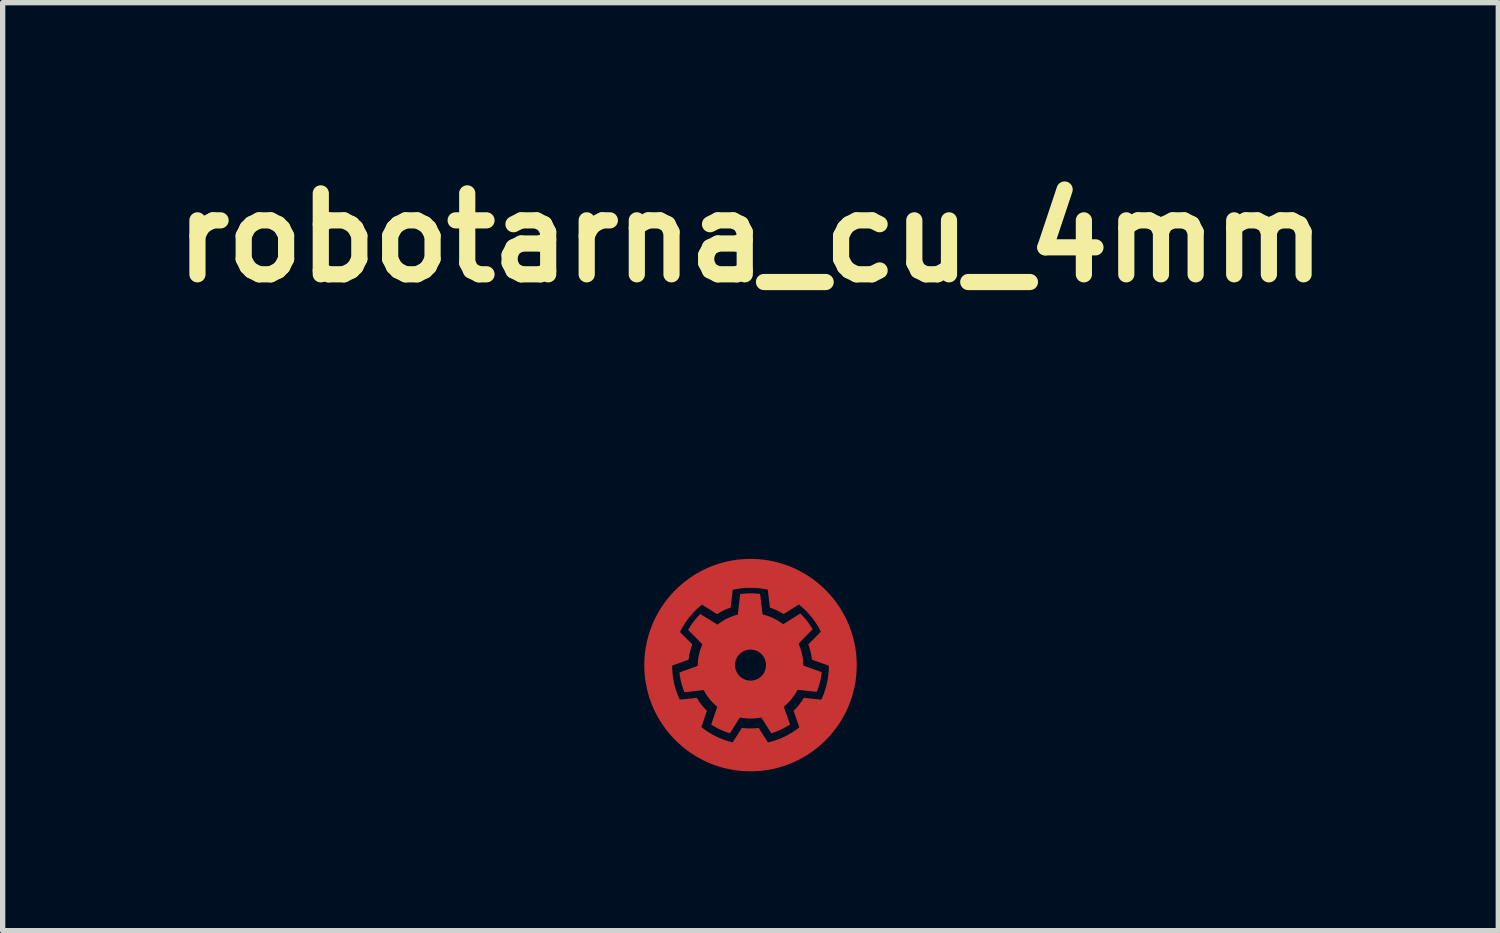
<source format=kicad_pcb>
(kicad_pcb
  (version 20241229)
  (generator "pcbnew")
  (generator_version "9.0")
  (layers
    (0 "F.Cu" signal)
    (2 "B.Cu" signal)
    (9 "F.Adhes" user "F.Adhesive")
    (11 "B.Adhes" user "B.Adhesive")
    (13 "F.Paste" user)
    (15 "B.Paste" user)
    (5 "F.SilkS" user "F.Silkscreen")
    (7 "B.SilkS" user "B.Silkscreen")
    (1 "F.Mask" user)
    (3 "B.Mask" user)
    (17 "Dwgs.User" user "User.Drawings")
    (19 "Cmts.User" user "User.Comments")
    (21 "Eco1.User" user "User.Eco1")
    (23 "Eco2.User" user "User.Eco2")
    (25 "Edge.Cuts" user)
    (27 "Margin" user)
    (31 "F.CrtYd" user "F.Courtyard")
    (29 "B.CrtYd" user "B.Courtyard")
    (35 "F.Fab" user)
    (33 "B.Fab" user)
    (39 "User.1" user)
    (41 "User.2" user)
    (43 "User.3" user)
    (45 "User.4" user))
  (footprint "robotarna_cu_4mm"
    (layer "F.Cu")
    (at 11.082 9.474)
    (property "Reference" "robotarna_cu_4mm" (at 0 -8.048 0) (layer "F.SilkS") (effects (font (size 1.524 1.524) (thickness 0.305))))
    (attr smd)
    (fp_poly (pts (xy -0.000003 0.292) (xy -1.322 0.245) (xy -1.318 0.267) (xy -1.314 0.288) (xy -1.309 0.309) (xy -1.304 0.329) (xy -1.298 0.35) (xy -1.293 0.371) (xy -1.286 0.391) (xy -1.28 0.411) (xy -1.273 0.432) (xy -1.266 0.452) (xy -1.259 0.471) (xy -1.251 0.491) (xy -1.243 0.511) (xy -0.882 0.47) (xy -0.872 0.489) (xy -0.861 0.508) (xy -0.85 0.527) (xy -0.839 0.545) (xy -0.827 0.563) (xy -0.815 0.581) (xy -0.802 0.598) (xy -0.79 0.615) (xy -0.776 0.632) (xy -0.763 0.649) (xy -0.749 0.665) (xy -0.735 0.681) (xy -0.72 0.697) (xy -0.705 0.712) (xy -0.69 0.727) (xy -0.675 0.742) (xy -0.659 0.756) (xy -0.643 0.77) (xy -0.626 0.784) (xy -0.74 1.119) (xy -0.722 1.131) (xy -0.704 1.142) (xy -0.685 1.153) (xy -0.667 1.164) (xy -0.648 1.175) (xy -0.629 1.185) (xy -0.61 1.195) (xy -0.59 1.204) (xy -0.571 1.214) (xy -0.551 1.223) (xy -0.531 1.232) (xy -0.511 1.24) (xy -0.491 1.248) (xy -0.471 1.256) (xy -0.45 1.263) (xy -0.43 1.271) (xy -0.409 1.277) (xy -0.388 1.284) (xy -0.2 0.986) (xy -0.179 0.99) (xy -0.157 0.994) (xy -0.135 0.997) (xy -0.113 1) (xy -0.091 1.002) (xy -0.069 1.004) (xy -0.046 1.006) (xy -0.023 1.006) (xy -0.001 1.007) (xy 0.02 1.006) (xy 0.041 1.006) (xy 0.061 1.005) (xy 0.082 1.003) (xy 0.102 1.001) (xy 0.123 0.999) (xy 0.143 0.996) (xy 0.163 0.993) (xy 0.183 0.99) (xy 0.202 0.986) (xy 0.392 1.283) (xy 0.413 1.276) (xy 0.434 1.27) (xy 0.455 1.262) (xy 0.475 1.255) (xy 0.495 1.247) (xy 0.516 1.239) (xy 0.536 1.23) (xy 0.555 1.222) (xy 0.575 1.212) (xy 0.595 1.203) (xy 0.614 1.193) (xy 0.633 1.183) (xy 0.652 1.173) (xy 0.671 1.162) (xy 0.689 1.152) (xy 0.708 1.14) (xy 0.726 1.129) (xy 0.744 1.117) (xy 0.628 0.784) (xy 0.644 0.77) (xy 0.661 0.756) (xy 0.677 0.741) (xy 0.692 0.726) (xy 0.708 0.711) (xy 0.723 0.695) (xy 0.738 0.679) (xy 0.752 0.663) (xy 0.766 0.646) (xy 0.78 0.63) (xy 0.793 0.612) (xy 0.806 0.595) (xy 0.819 0.577) (xy 0.831 0.559) (xy 0.843 0.541) (xy 0.854 0.522) (xy 0.865 0.503) (xy 0.876 0.484) (xy 0.886 0.465) (xy 1.248 0.503) (xy 1.255 0.483) (xy 1.263 0.463) (xy 1.27 0.444) (xy 1.277 0.424) (xy 1.284 0.404) (xy 1.29 0.383) (xy 1.296 0.363) (xy 1.302 0.342) (xy 1.307 0.322) (xy 1.312 0.301) (xy 1.317 0.28) (xy 1.321 0.259) (xy 1.325 0.238) (xy 1.329 0.217) (xy 1.332 0.195) (xy 1.335 0.174) (xy 1.338 0.152) (xy 1.34 0.131) (xy 0.994 0.009) (xy 0.994 -0.014) (xy 0.993 -0.037) (xy 0.991 -0.06) (xy 0.99 -0.083) (xy 0.987 -0.105) (xy 0.984 -0.128) (xy 0.981 -0.15) (xy 0.977 -0.172) (xy 0.972 -0.194) (xy 0.968 -0.216) (xy 0.962 -0.238) (xy 0.956 -0.259) (xy 0.95 -0.28) (xy 0.943 -0.301) (xy 0.936 -0.322) (xy 0.929 -0.343) (xy 0.92 -0.363) (xy 0.912 -0.383) (xy 0.903 -0.403) (xy 1.169 -0.674) (xy 1.158 -0.693) (xy 1.147 -0.713) (xy 1.135 -0.731) (xy 1.122 -0.75) (xy 1.11 -0.769) (xy 1.097 -0.787) (xy 1.084 -0.805) (xy 1.071 -0.823) (xy 1.057 -0.84) (xy 1.043 -0.857) (xy 1.029 -0.875) (xy 1.014 -0.891) (xy 1 -0.908) (xy 0.985 -0.924) (xy 0.969 -0.94) (xy 0.954 -0.956) (xy 0.938 -0.972) (xy 0.614 -0.769) (xy 0.597 -0.782) (xy 0.58 -0.795) (xy 0.562 -0.807) (xy 0.544 -0.819) (xy 0.526 -0.83) (xy 0.508 -0.842) (xy 0.489 -0.852) (xy 0.47 -0.863) (xy 0.451 -0.873) (xy 0.432 -0.882) (xy 0.412 -0.892) (xy 0.393 -0.9) (xy 0.373 -0.909) (xy 0.352 -0.917) (xy 0.332 -0.924) (xy 0.311 -0.931) (xy 0.29 -0.938) (xy 0.269 -0.944) (xy 0.248 -0.95) (xy 0.227 -0.955) (xy 0.18 -1.34) (xy 0.158 -1.343) (xy 0.136 -1.345) (xy 0.114 -1.347) (xy 0.092 -1.349) (xy 0.07 -1.35) (xy 0.047 -1.351) (xy 0.025 -1.352) (xy 0.002 -1.352) (xy -0.02 -1.352) (xy -0.042 -1.351) (xy -0.064 -1.35) (xy -0.086 -1.349) (xy -0.108 -1.347) (xy -0.13 -1.346) (xy -0.152 -1.343) (xy -0.173 -1.341) (xy -0.195 -1.338) (xy -0.239 -0.952) (xy -0.26 -0.946) (xy -0.281 -0.94) (xy -0.302 -0.934) (xy -0.322 -0.927) (xy -0.343 -0.92) (xy -0.363 -0.912) (xy -0.383 -0.904) (xy -0.403 -0.895) (xy -0.422 -0.886) (xy -0.442 -0.877) (xy -0.461 -0.867) (xy -0.48 -0.857) (xy -0.498 -0.847) (xy -0.517 -0.836) (xy -0.535 -0.824) (xy -0.552 -0.813) (xy -0.57 -0.801) (xy -0.587 -0.788) (xy -0.604 -0.775) (xy -0.621 -0.762) (xy -0.946 -0.963) (xy -0.962 -0.947) (xy -0.977 -0.931) (xy -0.992 -0.915) (xy -1.007 -0.898) (xy -1.022 -0.881) (xy -1.036 -0.864) (xy -1.05 -0.847) (xy -1.064 -0.829) (xy -1.078 -0.812) (xy -1.091 -0.794) (xy -1.104 -0.775) (xy -1.117 -0.757) (xy -1.129 -0.738) (xy -1.141 -0.719) (xy -1.153 -0.7) (xy -1.164 -0.681) (xy -1.175 -0.662) (xy -0.907 -0.393) (xy -0.915 -0.373) (xy -0.923 -0.353) (xy -0.931 -0.333) (xy -0.938 -0.313) (xy -0.945 -0.292) (xy -0.952 -0.272) (xy -0.958 -0.251) (xy -0.963 -0.23) (xy -0.968 -0.209) (xy -0.973 -0.187) (xy -0.977 -0.166) (xy -0.981 -0.144) (xy -0.984 -0.122) (xy -0.987 -0.1) (xy -0.989 -0.078) (xy -0.991 -0.056) (xy -0.992 -0.034) (xy -0.993 -0.011) (xy -0.993 0.012) (xy -0.993 0.014) (xy -1.338 0.138) (xy -1.336 0.159) (xy -1.333 0.181) (xy -1.33 0.203) (xy -1.326 0.224) (xy -1.322 0.245) (xy -0.000003 0.292) (xy -0.021 0.291) (xy -0.041 0.289) (xy -0.061 0.285) (xy -0.081 0.28) (xy -0.1 0.274) (xy -0.118 0.267) (xy -0.136 0.258) (xy -0.153 0.249) (xy -0.169 0.238) (xy -0.185 0.226) (xy -0.199 0.213) (xy -0.213 0.199) (xy -0.226 0.185) (xy -0.238 0.169) (xy -0.249 0.153) (xy -0.258 0.136) (xy -0.267 0.118) (xy -0.274 0.1) (xy -0.28 0.081) (xy -0.285 0.061) (xy -0.289 0.041) (xy -0.291 0.021) (xy -0.292 0.000007) (xy -0.291 -0.021) (xy -0.289 -0.041) (xy -0.285 -0.061) (xy -0.28 -0.081) (xy -0.274 -0.1) (xy -0.267 -0.118) (xy -0.258 -0.136) (xy -0.249 -0.153) (xy -0.238 -0.169) (xy -0.226 -0.185) (xy -0.213 -0.199) (xy -0.199 -0.213) (xy -0.185 -0.226) (xy -0.169 -0.238) (xy -0.153 -0.249) (xy -0.136 -0.258) (xy -0.118 -0.267) (xy -0.1 -0.274) (xy -0.081 -0.28) (xy -0.061 -0.285) (xy -0.041 -0.289) (xy -0.021 -0.291) (xy -0.000003 -0.292) (xy 0.021 -0.291) (xy 0.041 -0.289) (xy 0.061 -0.285) (xy 0.081 -0.28) (xy 0.1 -0.274) (xy 0.118 -0.267) (xy 0.136 -0.258) (xy 0.153 -0.249) (xy 0.169 -0.238) (xy 0.185 -0.226) (xy 0.199 -0.213) (xy 0.213 -0.199) (xy 0.226 -0.185) (xy 0.238 -0.169) (xy 0.249 -0.153) (xy 0.258 -0.136) (xy 0.267 -0.118) (xy 0.274 -0.1) (xy 0.28 -0.081) (xy 0.285 -0.061) (xy 0.289 -0.041) (xy 0.291 -0.021) (xy 0.292 0.000007) (xy 0.291 0.021) (xy 0.289 0.041) (xy 0.285 0.061) (xy 0.28 0.081) (xy 0.274 0.1) (xy 0.267 0.118) (xy 0.258 0.136) (xy 0.249 0.153) (xy 0.238 0.169) (xy 0.226 0.185) (xy 0.213 0.199) (xy 0.199 0.213) (xy 0.185 0.226) (xy 0.169 0.238) (xy 0.153 0.249) (xy 0.136 0.258) (xy 0.118 0.267) (xy 0.1 0.274) (xy 0.081 0.28) (xy 0.061 0.285) (xy 0.041 0.289) (xy 0.021 0.291) (xy -0.000003 0.292)) (stroke (width 0) (type solid)) (fill yes) (layer "F.Cu"))
    (fp_poly (pts (xy 1.332 0.651) (xy 0.296 1.978) (xy 0.316 1.975) (xy 0.337 1.972) (xy 0.357 1.968) (xy 0.378 1.964) (xy 0.398 1.96) (xy 0.418 1.956) (xy 0.438 1.952) (xy 0.459 1.947) (xy 0.479 1.942) (xy 0.499 1.937) (xy 0.518 1.932) (xy 0.538 1.927) (xy 0.558 1.921) (xy 0.578 1.915) (xy 0.597 1.909) (xy 0.617 1.903) (xy 0.636 1.897) (xy 0.655 1.89) (xy 0.675 1.883) (xy 0.694 1.876) (xy 0.713 1.869) (xy 0.732 1.862) (xy 0.75 1.854) (xy 0.769 1.847) (xy 0.788 1.839) (xy 0.806 1.831) (xy 0.825 1.823) (xy 0.843 1.814) (xy 0.861 1.806) (xy 0.88 1.797) (xy 0.898 1.788) (xy 0.916 1.779) (xy 0.933 1.769) (xy 0.951 1.76) (xy 0.969 1.75) (xy 0.986 1.74) (xy 1.004 1.73) (xy 1.021 1.72) (xy 1.038 1.71) (xy 1.055 1.699) (xy 1.072 1.689) (xy 1.089 1.678) (xy 1.106 1.667) (xy 1.122 1.656) (xy 1.139 1.644) (xy 1.155 1.633) (xy 1.171 1.621) (xy 1.188 1.609) (xy 1.204 1.597) (xy 1.22 1.585) (xy 1.235 1.573) (xy 1.251 1.561) (xy 1.266 1.548) (xy 1.282 1.535) (xy 1.297 1.522) (xy 1.312 1.509) (xy 1.327 1.496) (xy 1.342 1.483) (xy 1.357 1.469) (xy 1.371 1.456) (xy 1.386 1.442) (xy 1.4 1.428) (xy 1.414 1.414) (xy 1.428 1.4) (xy 1.442 1.386) (xy 1.456 1.371) (xy 1.469 1.357) (xy 1.483 1.342) (xy 1.496 1.327) (xy 1.509 1.312) (xy 1.522 1.297) (xy 1.535 1.282) (xy 1.548 1.266) (xy 1.561 1.251) (xy 1.573 1.235) (xy 1.585 1.22) (xy 1.597 1.204) (xy 1.609 1.188) (xy 1.621 1.171) (xy 1.633 1.155) (xy 1.644 1.139) (xy 1.656 1.122) (xy 1.667 1.106) (xy 1.678 1.089) (xy 1.689 1.072) (xy 1.699 1.055) (xy 1.71 1.038) (xy 1.72 1.021) (xy 1.73 1.004) (xy 1.74 0.986) (xy 1.75 0.969) (xy 1.76 0.951) (xy 1.769 0.933) (xy 1.779 0.916) (xy 1.788 0.898) (xy 1.797 0.88) (xy 1.806 0.861) (xy 1.814 0.843) (xy 1.823 0.825) (xy 1.831 0.806) (xy 1.839 0.788) (xy 1.847 0.769) (xy 1.854 0.75) (xy 1.862 0.732) (xy 1.869 0.713) (xy 1.876 0.694) (xy 1.883 0.675) (xy 1.89 0.655) (xy 1.897 0.636) (xy 1.903 0.617) (xy 1.909 0.597) (xy 1.915 0.578) (xy 1.921 0.558) (xy 1.927 0.538) (xy 1.932 0.518) (xy 1.937 0.499) (xy 1.942 0.479) (xy 1.947 0.459) (xy 1.952 0.438) (xy 1.956 0.418) (xy 1.96 0.398) (xy 1.964 0.378) (xy 1.968 0.357) (xy 1.972 0.337) (xy 1.975 0.316) (xy 1.978 0.296) (xy 1.981 0.275) (xy 1.984 0.254) (xy 1.987 0.233) (xy 1.989 0.212) (xy 1.991 0.191) (xy 1.993 0.17) (xy 1.995 0.149) (xy 1.996 0.128) (xy 1.997 0.107) (xy 1.998 0.086) (xy 1.999 0.064) (xy 2 0.043) (xy 2 0.021) (xy 2 0.000006) (xy 2 -0.021) (xy 2 -0.043) (xy 1.999 -0.064) (xy 1.998 -0.086) (xy 1.997 -0.107) (xy 1.996 -0.128) (xy 1.995 -0.149) (xy 1.993 -0.17) (xy 1.991 -0.191) (xy 1.989 -0.212) (xy 1.987 -0.233) (xy 1.984 -0.254) (xy 1.981 -0.275) (xy 1.978 -0.296) (xy 1.975 -0.316) (xy 1.972 -0.337) (xy 1.968 -0.357) (xy 1.964 -0.378) (xy 1.96 -0.398) (xy 1.956 -0.418) (xy 1.952 -0.438) (xy 1.947 -0.459) (xy 1.942 -0.479) (xy 1.937 -0.499) (xy 1.932 -0.518) (xy 1.927 -0.538) (xy 1.921 -0.558) (xy 1.915 -0.578) (xy 1.909 -0.597) (xy 1.903 -0.617) (xy 1.897 -0.636) (xy 1.89 -0.655) (xy 1.883 -0.675) (xy 1.876 -0.694) (xy 1.869 -0.713) (xy 1.862 -0.732) (xy 1.854 -0.75) (xy 1.847 -0.769) (xy 1.839 -0.788) (xy 1.831 -0.806) (xy 1.823 -0.825) (xy 1.814 -0.843) (xy 1.806 -0.861) (xy 1.797 -0.88) (xy 1.788 -0.898) (xy 1.779 -0.916) (xy 1.769 -0.933) (xy 1.76 -0.951) (xy 1.75 -0.969) (xy 1.74 -0.986) (xy 1.73 -1.004) (xy 1.72 -1.021) (xy 1.71 -1.038) (xy 1.699 -1.055) (xy 1.689 -1.072) (xy 1.678 -1.089) (xy 1.667 -1.106) (xy 1.656 -1.122) (xy 1.644 -1.139) (xy 1.633 -1.155) (xy 1.621 -1.171) (xy 1.609 -1.188) (xy 1.597 -1.204) (xy 1.585 -1.22) (xy 1.573 -1.235) (xy 1.561 -1.251) (xy 1.548 -1.266) (xy 1.535 -1.282) (xy 1.522 -1.297) (xy 1.509 -1.312) (xy 1.496 -1.327) (xy 1.483 -1.342) (xy 1.469 -1.357) (xy 1.456 -1.371) (xy 1.442 -1.386) (xy 1.428 -1.4) (xy 1.414 -1.414) (xy 1.4 -1.428) (xy 1.386 -1.442) (xy 1.371 -1.456) (xy 1.357 -1.469) (xy 1.342 -1.483) (xy 1.327 -1.496) (xy 1.312 -1.509) (xy 1.297 -1.522) (xy 1.282 -1.535) (xy 1.266 -1.548) (xy 1.251 -1.561) (xy 1.235 -1.573) (xy 1.22 -1.585) (xy 1.204 -1.597) (xy 1.188 -1.609) (xy 1.171 -1.621) (xy 1.155 -1.633) (xy 1.139 -1.644) (xy 1.122 -1.656) (xy 1.106 -1.667) (xy 1.089 -1.678) (xy 1.072 -1.689) (xy 1.055 -1.699) (xy 1.038 -1.71) (xy 1.021 -1.72) (xy 1.004 -1.73) (xy 0.986 -1.74) (xy 0.969 -1.75) (xy 0.951 -1.76) (xy 0.933 -1.769) (xy 0.916 -1.779) (xy 0.898 -1.788) (xy 0.88 -1.797) (xy 0.861 -1.806) (xy 0.843 -1.814) (xy 0.825 -1.823) (xy 0.806 -1.831) (xy 0.788 -1.839) (xy 0.769 -1.847) (xy 0.75 -1.854) (xy 0.732 -1.862) (xy 0.713 -1.869) (xy 0.694 -1.876) (xy 0.675 -1.883) (xy 0.655 -1.89) (xy 0.636 -1.897) (xy 0.617 -1.903) (xy 0.597 -1.909) (xy 0.578 -1.915) (xy 0.558 -1.921) (xy 0.538 -1.927) (xy 0.518 -1.932) (xy 0.499 -1.937) (xy 0.479 -1.942) (xy 0.459 -1.947) (xy 0.438 -1.952) (xy 0.418 -1.956) (xy 0.398 -1.96) (xy 0.378 -1.964) (xy 0.357 -1.968) (xy 0.337 -1.972) (xy 0.316 -1.975) (xy 0.296 -1.978) (xy 0.275 -1.981) (xy 0.254 -1.984) (xy 0.233 -1.987) (xy 0.212 -1.989) (xy 0.191 -1.991) (xy 0.17 -1.993) (xy 0.149 -1.995) (xy 0.128 -1.996) (xy 0.107 -1.997) (xy 0.086 -1.998) (xy 0.064 -1.999) (xy 0.043 -2) (xy 0.021 -2) (xy -0.000006 -2) (xy -0.021 -2) (xy -0.043 -2) (xy -0.064 -1.999) (xy -0.086 -1.998) (xy -0.107 -1.997) (xy -0.128 -1.996) (xy -0.149 -1.995) (xy -0.17 -1.993) (xy -0.191 -1.991) (xy -0.212 -1.989) (xy -0.233 -1.987) (xy -0.254 -1.984) (xy -0.275 -1.981) (xy -0.296 -1.978) (xy -0.316 -1.975) (xy -0.337 -1.972) (xy -0.357 -1.968) (xy -0.378 -1.964) (xy -0.398 -1.96) (xy -0.418 -1.956) (xy -0.438 -1.952) (xy -0.459 -1.947) (xy -0.479 -1.942) (xy -0.499 -1.937) (xy -0.518 -1.932) (xy -0.538 -1.927) (xy -0.558 -1.921) (xy -0.578 -1.915) (xy -0.597 -1.909) (xy -0.617 -1.903) (xy -0.636 -1.897) (xy -0.655 -1.89) (xy -0.675 -1.883) (xy -0.694 -1.876) (xy -0.713 -1.869) (xy -0.732 -1.862) (xy -0.75 -1.854) (xy -0.769 -1.847) (xy -0.788 -1.839) (xy -0.806 -1.831) (xy -0.825 -1.823) (xy -0.843 -1.814) (xy -0.861 -1.806) (xy -0.88 -1.797) (xy -0.898 -1.788) (xy -0.916 -1.779) (xy -0.933 -1.769) (xy -0.951 -1.76) (xy -0.969 -1.75) (xy -0.986 -1.74) (xy -1.004 -1.73) (xy -1.021 -1.72) (xy -1.038 -1.71) (xy -1.055 -1.699) (xy -1.072 -1.689) (xy -1.089 -1.678) (xy -1.106 -1.667) (xy -1.122 -1.656) (xy -1.139 -1.644) (xy -1.155 -1.633) (xy -1.171 -1.621) (xy -1.188 -1.609) (xy -1.204 -1.597) (xy -1.22 -1.585) (xy -1.235 -1.573) (xy -1.251 -1.561) (xy -1.266 -1.548) (xy -1.282 -1.535) (xy -1.297 -1.522) (xy -1.312 -1.509) (xy -1.327 -1.496) (xy -1.342 -1.483) (xy -1.357 -1.469) (xy -1.371 -1.456) (xy -1.386 -1.442) (xy -1.4 -1.428) (xy -1.414 -1.414) (xy -1.428 -1.4) (xy -1.442 -1.386) (xy -1.456 -1.371) (xy -1.469 -1.357) (xy -1.483 -1.342) (xy -1.496 -1.327) (xy -1.509 -1.312) (xy -1.522 -1.297) (xy -1.535 -1.282) (xy -1.548 -1.266) (xy -1.561 -1.251) (xy -1.573 -1.235) (xy -1.585 -1.22) (xy -1.597 -1.204) (xy -1.609 -1.188) (xy -1.621 -1.171) (xy -1.633 -1.155) (xy -1.644 -1.139) (xy -1.656 -1.122) (xy -1.667 -1.106) (xy -1.678 -1.089) (xy -1.689 -1.072) (xy -1.699 -1.055) (xy -1.71 -1.038) (xy -1.72 -1.021) (xy -1.73 -1.004) (xy -1.74 -0.986) (xy -1.75 -0.969) (xy -1.76 -0.951) (xy -1.769 -0.933) (xy -1.779 -0.916) (xy -1.788 -0.898) (xy -1.797 -0.88) (xy -1.806 -0.861) (xy -1.814 -0.843) (xy -1.823 -0.825) (xy -1.831 -0.806) (xy -1.839 -0.788) (xy -1.847 -0.769) (xy -1.854 -0.75) (xy -1.862 -0.732) (xy -1.869 -0.713) (xy -1.876 -0.694) (xy -1.883 -0.675) (xy -1.89 -0.655) (xy -1.897 -0.636) (xy -1.903 -0.617) (xy -1.909 -0.597) (xy -1.915 -0.578) (xy -1.921 -0.558) (xy -1.927 -0.538) (xy -1.932 -0.518) (xy -1.937 -0.499) (xy -1.942 -0.479) (xy -1.947 -0.459) (xy -1.952 -0.438) (xy -1.956 -0.418) (xy -1.96 -0.398) (xy -1.964 -0.378) (xy -1.968 -0.357) (xy -1.972 -0.337) (xy -1.975 -0.316) (xy -1.978 -0.296) (xy -1.981 -0.275) (xy -1.984 -0.254) (xy -1.987 -0.233) (xy -1.989 -0.212) (xy -1.991 -0.191) (xy -1.993 -0.17) (xy -1.995 -0.149) (xy -1.996 -0.128) (xy -1.997 -0.107) (xy -1.998 -0.086) (xy -1.999 -0.064) (xy -2 -0.043) (xy -2 -0.021) (xy -2 0.000006) (xy -2 0.021) (xy -2 0.043) (xy -1.999 0.064) (xy -1.998 0.086) (xy -1.997 0.107) (xy -1.996 0.128) (xy -1.995 0.149) (xy -1.993 0.17) (xy -1.991 0.191) (xy -1.989 0.212) (xy -1.987 0.233) (xy -1.984 0.254) (xy -1.981 0.275) (xy -1.978 0.296) (xy -1.975 0.316) (xy -1.972 0.337) (xy -1.968 0.357) (xy -1.964 0.378) (xy -1.96 0.398) (xy -1.956 0.418) (xy -1.952 0.438) (xy -1.947 0.459) (xy -1.942 0.479) (xy -1.937 0.499) (xy -1.932 0.518) (xy -1.927 0.538) (xy -1.921 0.558) (xy -1.915 0.578) (xy -1.909 0.597) (xy -1.903 0.617) (xy -1.897 0.636) (xy -1.89 0.655) (xy -1.883 0.675) (xy -1.876 0.694) (xy -1.869 0.713) (xy -1.862 0.732) (xy -1.854 0.75) (xy -1.847 0.769) (xy -1.839 0.788) (xy -1.831 0.806) (xy -1.823 0.825) (xy -1.814 0.843) (xy -1.806 0.861) (xy -1.797 0.88) (xy -1.788 0.898) (xy -1.779 0.916) (xy -1.769 0.933) (xy -1.76 0.951) (xy -1.75 0.969) (xy -1.74 0.986) (xy -1.73 1.004) (xy -1.72 1.021) (xy -1.71 1.038) (xy -1.699 1.055) (xy -1.689 1.072) (xy -1.678 1.089) (xy -1.667 1.106) (xy -1.656 1.122) (xy -1.644 1.139) (xy -1.633 1.155) (xy -1.621 1.171) (xy -1.609 1.188) (xy -1.597 1.204) (xy -1.585 1.22) (xy -1.573 1.235) (xy -1.561 1.251) (xy -1.548 1.266) (xy -1.535 1.282) (xy -1.522 1.297) (xy -1.509 1.312) (xy -1.496 1.327) (xy -1.483 1.342) (xy -1.469 1.357) (xy -1.456 1.371) (xy -1.442 1.386) (xy -1.428 1.4) (xy -1.414 1.414) (xy -1.4 1.428) (xy -1.386 1.442) (xy -1.371 1.456) (xy -1.357 1.469) (xy -1.342 1.483) (xy -1.327 1.496) (xy -1.312 1.509) (xy -1.297 1.522) (xy -1.282 1.535) (xy -1.266 1.548) (xy -1.251 1.561) (xy -1.235 1.573) (xy -1.22 1.585) (xy -1.204 1.597) (xy -1.188 1.609) (xy -1.171 1.621) (xy -1.155 1.633) (xy -1.139 1.644) (xy -1.122 1.656) (xy -1.106 1.667) (xy -1.089 1.678) (xy -1.072 1.689) (xy -1.055 1.699) (xy -1.038 1.71) (xy -1.021 1.72) (xy -1.004 1.73) (xy -0.986 1.74) (xy -0.969 1.75) (xy -0.951 1.76) (xy -0.933 1.769) (xy -0.916 1.779) (xy -0.898 1.788) (xy -0.88 1.797) (xy -0.861 1.806) (xy -0.843 1.814) (xy -0.825 1.823) (xy -0.806 1.831) (xy -0.788 1.839) (xy -0.769 1.847) (xy -0.75 1.854) (xy -0.732 1.862) (xy -0.713 1.869) (xy -0.694 1.876) (xy -0.675 1.883) (xy -0.655 1.89) (xy -0.636 1.897) (xy -0.617 1.903) (xy -0.597 1.909) (xy -0.578 1.915) (xy -0.558 1.921) (xy -0.538 1.927) (xy -0.518 1.932) (xy -0.499 1.937) (xy -0.479 1.942) (xy -0.459 1.947) (xy -0.438 1.952) (xy -0.418 1.956) (xy -0.398 1.96) (xy -0.378 1.964) (xy -0.357 1.968) (xy -0.337 1.972) (xy -0.316 1.975) (xy -0.296 1.978) (xy -0.275 1.981) (xy -0.254 1.984) (xy -0.233 1.987) (xy -0.212 1.989) (xy -0.191 1.991) (xy -0.17 1.993) (xy -0.149 1.995) (xy -0.128 1.996) (xy -0.107 1.997) (xy -0.086 1.998) (xy -0.064 1.999) (xy -0.043 2) (xy -0.021 2) (xy -0.000006 2) (xy 0.021 2) (xy 0.043 2) (xy 0.064 1.999) (xy 0.086 1.998) (xy 0.107 1.997) (xy 0.128 1.996) (xy 0.149 1.995) (xy 0.17 1.993) (xy 0.191 1.991) (xy 0.212 1.989) (xy 0.233 1.987) (xy 0.254 1.984) (xy 0.275 1.981) (xy 0.296 1.978) (xy 1.332 0.651) (xy 1.003 0.616) (xy 0.991 0.635) (xy 0.98 0.654) (xy 0.967 0.673) (xy 0.955 0.691) (xy 0.942 0.709) (xy 0.929 0.727) (xy 0.915 0.745) (xy 0.901 0.762) (xy 0.887 0.779) (xy 0.873 0.796) (xy 0.858 0.812) (xy 0.843 0.829) (xy 0.827 0.845) (xy 0.811 0.86) (xy 0.919 1.171) (xy 0.902 1.185) (xy 0.884 1.198) (xy 0.867 1.211) (xy 0.849 1.224) (xy 0.831 1.236) (xy 0.813 1.248) (xy 0.795 1.26) (xy 0.776 1.272) (xy 0.758 1.283) (xy 0.739 1.294) (xy 0.72 1.305) (xy 0.701 1.316) (xy 0.681 1.326) (xy 0.662 1.336) (xy 0.642 1.346) (xy 0.622 1.355) (xy 0.602 1.364) (xy 0.582 1.373) (xy 0.562 1.382) (xy 0.541 1.39) (xy 0.52 1.398) (xy 0.5 1.406) (xy 0.479 1.413) (xy 0.458 1.42) (xy 0.436 1.427) (xy 0.415 1.433) (xy 0.393 1.439) (xy 0.372 1.445) (xy 0.35 1.451) (xy 0.328 1.456) (xy 0.154 1.182) (xy 0.135 1.184) (xy 0.115 1.186) (xy 0.095 1.188) (xy 0.076 1.19) (xy 0.056 1.191) (xy 0.036 1.192) (xy 0.016 1.192) (xy -0.004 1.192) (xy -0.024 1.192) (xy -0.044 1.192) (xy -0.064 1.191) (xy -0.084 1.19) (xy -0.104 1.188) (xy -0.124 1.186) (xy -0.143 1.184) (xy -0.163 1.182) (xy -0.336 1.454) (xy -0.358 1.449) (xy -0.379 1.443) (xy -0.401 1.437) (xy -0.422 1.431) (xy -0.444 1.425) (xy -0.465 1.418) (xy -0.486 1.411) (xy -0.507 1.403) (xy -0.528 1.395) (xy -0.548 1.387) (xy -0.569 1.379) (xy -0.589 1.37) (xy -0.609 1.361) (xy -0.629 1.352) (xy -0.649 1.342) (xy -0.669 1.332) (xy -0.688 1.322) (xy -0.708 1.312) (xy -0.727 1.301) (xy -0.746 1.29) (xy -0.765 1.279) (xy -0.783 1.267) (xy -0.802 1.256) (xy -0.82 1.244) (xy -0.838 1.231) (xy -0.856 1.219) (xy -0.874 1.206) (xy -0.891 1.193) (xy -0.908 1.18) (xy -0.925 1.166) (xy -0.82 0.86) (xy -0.836 0.845) (xy -0.851 0.829) (xy -0.866 0.812) (xy -0.881 0.796) (xy -0.896 0.779) (xy -0.91 0.762) (xy -0.924 0.745) (xy -0.937 0.727) (xy -0.95 0.709) (xy -0.963 0.691) (xy -0.976 0.673) (xy -0.988 0.654) (xy -1 0.635) (xy -1.011 0.616) (xy -1.332 0.651) (xy -1.341 0.631) (xy -1.35 0.612) (xy -1.358 0.592) (xy -1.366 0.573) (xy -1.374 0.553) (xy -1.382 0.533) (xy -1.389 0.513) (xy -1.396 0.493) (xy -1.403 0.472) (xy -1.409 0.452) (xy -1.416 0.431) (xy -1.421 0.41) (xy -1.427 0.39) (xy -1.432 0.369) (xy -1.437 0.347) (xy -1.442 0.326) (xy -1.446 0.305) (xy -1.45 0.283) (xy -1.454 0.262) (xy -1.458 0.24) (xy -1.461 0.218) (xy -1.464 0.197) (xy -1.466 0.175) (xy -1.468 0.153) (xy -1.47 0.13) (xy -1.472 0.108) (xy -1.473 0.086) (xy -1.474 0.063) (xy -1.474 0.041) (xy -1.474 0.018) (xy -1.474 0.008) (xy -1.165 -0.102) (xy -1.163 -0.123) (xy -1.16 -0.145) (xy -1.156 -0.166) (xy -1.153 -0.187) (xy -1.149 -0.208) (xy -1.144 -0.229) (xy -1.14 -0.249) (xy -1.134 -0.27) (xy -1.129 -0.29) (xy -1.123 -0.311) (xy -1.117 -0.331) (xy -1.11 -0.351) (xy -1.103 -0.37) (xy -1.096 -0.39) (xy -1.328 -0.623) (xy -1.318 -0.643) (xy -1.307 -0.663) (xy -1.297 -0.683) (xy -1.286 -0.703) (xy -1.275 -0.722) (xy -1.264 -0.741) (xy -1.252 -0.76) (xy -1.24 -0.779) (xy -1.228 -0.797) (xy -1.216 -0.816) (xy -1.203 -0.834) (xy -1.19 -0.852) (xy -1.177 -0.87) (xy -1.163 -0.887) (xy -1.15 -0.905) (xy -1.136 -0.922) (xy -1.121 -0.939) (xy -1.107 -0.955) (xy -1.092 -0.972) (xy -1.077 -0.988) (xy -1.062 -1.004) (xy -1.046 -1.02) (xy -1.031 -1.036) (xy -1.015 -1.051) (xy -0.999 -1.066) (xy -0.982 -1.081) (xy -0.966 -1.095) (xy -0.949 -1.11) (xy -0.932 -1.124) (xy -0.915 -1.138) (xy -0.63 -0.961) (xy -0.612 -0.973) (xy -0.593 -0.984) (xy -0.574 -0.995) (xy -0.555 -1.005) (xy -0.536 -1.015) (xy -0.516 -1.025) (xy -0.496 -1.035) (xy -0.476 -1.044) (xy -0.456 -1.052) (xy -0.436 -1.061) (xy -0.415 -1.069) (xy -0.394 -1.076) (xy -0.373 -1.084) (xy -0.334 -1.418) (xy -0.313 -1.423) (xy -0.291 -1.427) (xy -0.269 -1.431) (xy -0.247 -1.435) (xy -0.225 -1.439) (xy -0.203 -1.442) (xy -0.181 -1.445) (xy -0.159 -1.447) (xy -0.136 -1.45) (xy -0.114 -1.452) (xy -0.091 -1.453) (xy -0.069 -1.454) (xy -0.046 -1.455) (xy -0.023 -1.456) (xy -0.000006 -1.456) (xy 0.022 -1.456) (xy 0.045 -1.455) (xy 0.067 -1.454) (xy 0.089 -1.453) (xy 0.111 -1.452) (xy 0.133 -1.45) (xy 0.155 -1.448) (xy 0.176 -1.445) (xy 0.198 -1.443) (xy 0.219 -1.44) (xy 0.241 -1.436) (xy 0.262 -1.433) (xy 0.283 -1.429) (xy 0.304 -1.424) (xy 0.325 -1.42) (xy 0.365 -1.084) (xy 0.386 -1.076) (xy 0.407 -1.069) (xy 0.427 -1.061) (xy 0.448 -1.052) (xy 0.468 -1.044) (xy 0.488 -1.035) (xy 0.508 -1.025) (xy 0.527 -1.015) (xy 0.547 -1.005) (xy 0.566 -0.995) (xy 0.585 -0.984) (xy 0.603 -0.973) (xy 0.622 -0.961) (xy 0.911 -1.141) (xy 0.928 -1.127) (xy 0.945 -1.113) (xy 0.962 -1.099) (xy 0.979 -1.084) (xy 0.995 -1.069) (xy 1.011 -1.054) (xy 1.027 -1.039) (xy 1.043 -1.024) (xy 1.058 -1.008) (xy 1.074 -0.992) (xy 1.089 -0.976) (xy 1.103 -0.959) (xy 1.118 -0.943) (xy 1.132 -0.926) (xy 1.146 -0.909) (xy 1.16 -0.892) (xy 1.173 -0.874) (xy 1.187 -0.856) (xy 1.2 -0.839) (xy 1.212 -0.82) (xy 1.225 -0.802) (xy 1.237 -0.784) (xy 1.249 -0.765) (xy 1.261 -0.746) (xy 1.272 -0.727) (xy 1.283 -0.708) (xy 1.294 -0.688) (xy 1.304 -0.669) (xy 1.315 -0.649) (xy 1.325 -0.629) (xy 1.088 -0.39) (xy 1.095 -0.37) (xy 1.102 -0.351) (xy 1.108 -0.331) (xy 1.115 -0.311) (xy 1.12 -0.29) (xy 1.126 -0.27) (xy 1.131 -0.249) (xy 1.136 -0.229) (xy 1.14 -0.208) (xy 1.144 -0.187) (xy 1.148 -0.166) (xy 1.151 -0.145) (xy 1.154 -0.123) (xy 1.157 -0.102) (xy 1.474 0.011) (xy 1.474 0.018) (xy 1.474 0.041) (xy 1.474 0.064) (xy 1.473 0.086) (xy 1.472 0.108) (xy 1.47 0.131) (xy 1.468 0.153) (xy 1.466 0.175) (xy 1.464 0.197) (xy 1.461 0.219) (xy 1.458 0.241) (xy 1.454 0.262) (xy 1.45 0.284) (xy 1.446 0.305) (xy 1.442 0.327) (xy 1.437 0.348) (xy 1.432 0.369) (xy 1.427 0.39) (xy 1.421 0.411) (xy 1.415 0.432) (xy 1.409 0.452) (xy 1.403 0.473) (xy 1.396 0.493) (xy 1.389 0.514) (xy 1.382 0.534) (xy 1.374 0.554) (xy 1.366 0.573) (xy 1.358 0.593) (xy 1.349 0.613) (xy 1.341 0.632) (xy 1.332 0.651)) (stroke (width 0) (type solid)) (fill yes) (layer "F.Cu")))
  (gr_rect
    (start -3 -3)
    (end 25.163 14.474)
    (stroke (width 0.1) (type default))
    (fill no)
    (layer "Edge.Cuts")))
</source>
